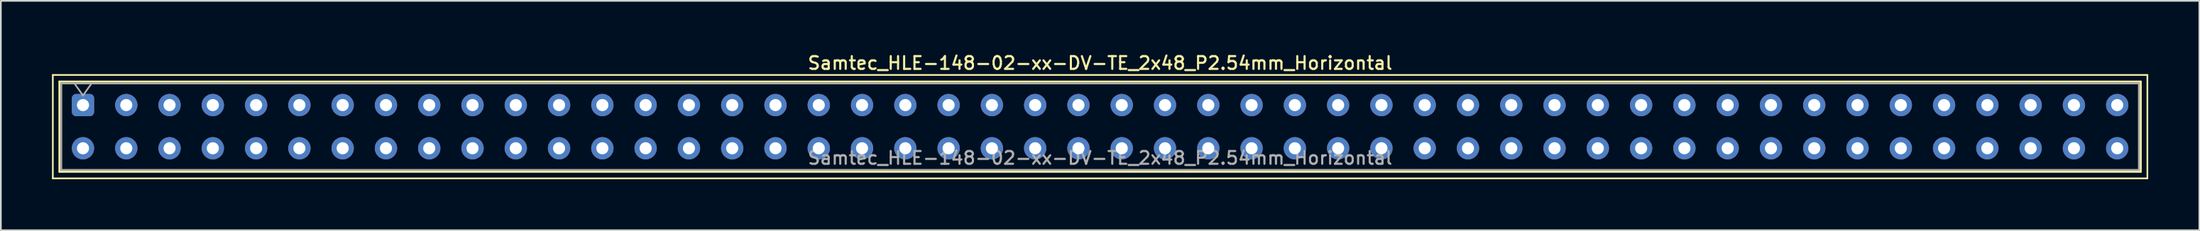
<source format=kicad_pcb>
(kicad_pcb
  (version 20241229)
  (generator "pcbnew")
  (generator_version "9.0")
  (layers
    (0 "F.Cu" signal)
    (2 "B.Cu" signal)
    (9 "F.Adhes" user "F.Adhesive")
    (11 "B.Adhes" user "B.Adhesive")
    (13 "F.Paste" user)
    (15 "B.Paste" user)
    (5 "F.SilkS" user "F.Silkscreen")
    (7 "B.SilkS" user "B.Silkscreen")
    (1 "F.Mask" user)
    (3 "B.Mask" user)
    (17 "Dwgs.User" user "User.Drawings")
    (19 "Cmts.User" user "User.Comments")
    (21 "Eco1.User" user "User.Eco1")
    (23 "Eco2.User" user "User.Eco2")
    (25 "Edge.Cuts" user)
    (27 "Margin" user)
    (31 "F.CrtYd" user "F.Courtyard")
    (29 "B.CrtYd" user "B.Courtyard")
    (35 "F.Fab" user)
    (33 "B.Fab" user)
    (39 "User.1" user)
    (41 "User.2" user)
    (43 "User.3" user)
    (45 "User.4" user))
  (footprint "Samtec_HLE-148-02-xx-DV-TE_2x48_P2.54mm_Horizontal"
    (layer "F.Cu")
    (at 1.82 3.128)
    (property "Reference" "Samtec_HLE-148-02-xx-DV-TE_2x48_P2.54mm_Horizontal" (at 59.69 -2.47 0) (layer "F.SilkS") (effects (font (size 0.75 0.75) (thickness 0.125))))
    (attr through_hole)
    (fp_line (start -1.77 -1.77) (end 121.15 -1.77) (stroke (width 0.1) (type solid)) (layer "F.SilkS"))
    (fp_line (start -1.77 4.31) (end -1.77 -1.77) (stroke (width 0.1) (type solid)) (layer "F.SilkS"))
    (fp_line (start -1.38 -1.38) (end 120.76 -1.38) (stroke (width 0.12) (type solid)) (layer "F.SilkS"))
    (fp_line (start -1.38 3.92) (end -1.38 -1.38) (stroke (width 0.12) (type solid)) (layer "F.SilkS"))
    (fp_line (start 120.76 -1.38) (end 120.76 3.92) (stroke (width 0.12) (type solid)) (layer "F.SilkS"))
    (fp_line (start 120.76 3.92) (end -1.38 3.92) (stroke (width 0.12) (type solid)) (layer "F.SilkS"))
    (fp_line (start 121.15 -1.77) (end 121.15 4.31) (stroke (width 0.1) (type solid)) (layer "F.SilkS"))
    (fp_line (start 121.15 4.31) (end -1.77 4.31) (stroke (width 0.1) (type solid)) (layer "F.SilkS"))
    (fp_line (start -1.27 -1.27) (end 120.65 -1.27) (stroke (width 0.1) (type solid)) (layer "F.Fab"))
    (fp_line (start -1.27 3.81) (end -1.27 -1.27) (stroke (width 0.1) (type solid)) (layer "F.Fab"))
    (fp_line (start -0.5 -1.27) (end 0 -0.563) (stroke (width 0.1) (type solid)) (layer "F.Fab"))
    (fp_line (start 0 -0.563) (end 0.5 -1.27) (stroke (width 0.1) (type solid)) (layer "F.Fab"))
    (fp_line (start 120.65 -1.27) (end 120.65 3.81) (stroke (width 0.1) (type solid)) (layer "F.Fab"))
    (fp_line (start 120.65 3.81) (end -1.27 3.81) (stroke (width 0.1) (type solid)) (layer "F.Fab"))
    (fp_text user "${REFERENCE}" (at 59.69 3.11 0) (layer "F.Fab") (effects (font (size 0.75 0.75) (thickness 0.125))))
    (pad "1" thru_hole roundrect (at 0 0) (size 1.31 1.31) (drill 0.71) (layers "*.Cu" "*.Mask") (roundrect_rratio 0.191))
    (pad "2" thru_hole circle (at 0 2.54) (size 1.31 1.31) (drill 0.71) (layers "*.Cu" "*.Mask"))
    (pad "3" thru_hole circle (at 2.54 0) (size 1.31 1.31) (drill 0.71) (layers "*.Cu" "*.Mask"))
    (pad "4" thru_hole circle (at 2.54 2.54) (size 1.31 1.31) (drill 0.71) (layers "*.Cu" "*.Mask"))
    (pad "5" thru_hole circle (at 5.08 0) (size 1.31 1.31) (drill 0.71) (layers "*.Cu" "*.Mask"))
    (pad "6" thru_hole circle (at 5.08 2.54) (size 1.31 1.31) (drill 0.71) (layers "*.Cu" "*.Mask"))
    (pad "7" thru_hole circle (at 7.62 0) (size 1.31 1.31) (drill 0.71) (layers "*.Cu" "*.Mask"))
    (pad "8" thru_hole circle (at 7.62 2.54) (size 1.31 1.31) (drill 0.71) (layers "*.Cu" "*.Mask"))
    (pad "9" thru_hole circle (at 10.16 0) (size 1.31 1.31) (drill 0.71) (layers "*.Cu" "*.Mask"))
    (pad "10" thru_hole circle (at 10.16 2.54) (size 1.31 1.31) (drill 0.71) (layers "*.Cu" "*.Mask"))
    (pad "11" thru_hole circle (at 12.7 0) (size 1.31 1.31) (drill 0.71) (layers "*.Cu" "*.Mask"))
    (pad "12" thru_hole circle (at 12.7 2.54) (size 1.31 1.31) (drill 0.71) (layers "*.Cu" "*.Mask"))
    (pad "13" thru_hole circle (at 15.24 0) (size 1.31 1.31) (drill 0.71) (layers "*.Cu" "*.Mask"))
    (pad "14" thru_hole circle (at 15.24 2.54) (size 1.31 1.31) (drill 0.71) (layers "*.Cu" "*.Mask"))
    (pad "15" thru_hole circle (at 17.78 0) (size 1.31 1.31) (drill 0.71) (layers "*.Cu" "*.Mask"))
    (pad "16" thru_hole circle (at 17.78 2.54) (size 1.31 1.31) (drill 0.71) (layers "*.Cu" "*.Mask"))
    (pad "17" thru_hole circle (at 20.32 0) (size 1.31 1.31) (drill 0.71) (layers "*.Cu" "*.Mask"))
    (pad "18" thru_hole circle (at 20.32 2.54) (size 1.31 1.31) (drill 0.71) (layers "*.Cu" "*.Mask"))
    (pad "19" thru_hole circle (at 22.86 0) (size 1.31 1.31) (drill 0.71) (layers "*.Cu" "*.Mask"))
    (pad "20" thru_hole circle (at 22.86 2.54) (size 1.31 1.31) (drill 0.71) (layers "*.Cu" "*.Mask"))
    (pad "21" thru_hole circle (at 25.4 0) (size 1.31 1.31) (drill 0.71) (layers "*.Cu" "*.Mask"))
    (pad "22" thru_hole circle (at 25.4 2.54) (size 1.31 1.31) (drill 0.71) (layers "*.Cu" "*.Mask"))
    (pad "23" thru_hole circle (at 27.94 0) (size 1.31 1.31) (drill 0.71) (layers "*.Cu" "*.Mask"))
    (pad "24" thru_hole circle (at 27.94 2.54) (size 1.31 1.31) (drill 0.71) (layers "*.Cu" "*.Mask"))
    (pad "25" thru_hole circle (at 30.48 0) (size 1.31 1.31) (drill 0.71) (layers "*.Cu" "*.Mask"))
    (pad "26" thru_hole circle (at 30.48 2.54) (size 1.31 1.31) (drill 0.71) (layers "*.Cu" "*.Mask"))
    (pad "27" thru_hole circle (at 33.02 0) (size 1.31 1.31) (drill 0.71) (layers "*.Cu" "*.Mask"))
    (pad "28" thru_hole circle (at 33.02 2.54) (size 1.31 1.31) (drill 0.71) (layers "*.Cu" "*.Mask"))
    (pad "29" thru_hole circle (at 35.56 0) (size 1.31 1.31) (drill 0.71) (layers "*.Cu" "*.Mask"))
    (pad "30" thru_hole circle (at 35.56 2.54) (size 1.31 1.31) (drill 0.71) (layers "*.Cu" "*.Mask"))
    (pad "31" thru_hole circle (at 38.1 0) (size 1.31 1.31) (drill 0.71) (layers "*.Cu" "*.Mask"))
    (pad "32" thru_hole circle (at 38.1 2.54) (size 1.31 1.31) (drill 0.71) (layers "*.Cu" "*.Mask"))
    (pad "33" thru_hole circle (at 40.64 0) (size 1.31 1.31) (drill 0.71) (layers "*.Cu" "*.Mask"))
    (pad "34" thru_hole circle (at 40.64 2.54) (size 1.31 1.31) (drill 0.71) (layers "*.Cu" "*.Mask"))
    (pad "35" thru_hole circle (at 43.18 0) (size 1.31 1.31) (drill 0.71) (layers "*.Cu" "*.Mask"))
    (pad "36" thru_hole circle (at 43.18 2.54) (size 1.31 1.31) (drill 0.71) (layers "*.Cu" "*.Mask"))
    (pad "37" thru_hole circle (at 45.72 0) (size 1.31 1.31) (drill 0.71) (layers "*.Cu" "*.Mask"))
    (pad "38" thru_hole circle (at 45.72 2.54) (size 1.31 1.31) (drill 0.71) (layers "*.Cu" "*.Mask"))
    (pad "39" thru_hole circle (at 48.26 0) (size 1.31 1.31) (drill 0.71) (layers "*.Cu" "*.Mask"))
    (pad "40" thru_hole circle (at 48.26 2.54) (size 1.31 1.31) (drill 0.71) (layers "*.Cu" "*.Mask"))
    (pad "41" thru_hole circle (at 50.8 0) (size 1.31 1.31) (drill 0.71) (layers "*.Cu" "*.Mask"))
    (pad "42" thru_hole circle (at 50.8 2.54) (size 1.31 1.31) (drill 0.71) (layers "*.Cu" "*.Mask"))
    (pad "43" thru_hole circle (at 53.34 0) (size 1.31 1.31) (drill 0.71) (layers "*.Cu" "*.Mask"))
    (pad "44" thru_hole circle (at 53.34 2.54) (size 1.31 1.31) (drill 0.71) (layers "*.Cu" "*.Mask"))
    (pad "45" thru_hole circle (at 55.88 0) (size 1.31 1.31) (drill 0.71) (layers "*.Cu" "*.Mask"))
    (pad "46" thru_hole circle (at 55.88 2.54) (size 1.31 1.31) (drill 0.71) (layers "*.Cu" "*.Mask"))
    (pad "47" thru_hole circle (at 58.42 0) (size 1.31 1.31) (drill 0.71) (layers "*.Cu" "*.Mask"))
    (pad "48" thru_hole circle (at 58.42 2.54) (size 1.31 1.31) (drill 0.71) (layers "*.Cu" "*.Mask"))
    (pad "49" thru_hole circle (at 60.96 0) (size 1.31 1.31) (drill 0.71) (layers "*.Cu" "*.Mask"))
    (pad "50" thru_hole circle (at 60.96 2.54) (size 1.31 1.31) (drill 0.71) (layers "*.Cu" "*.Mask"))
    (pad "51" thru_hole circle (at 63.5 0) (size 1.31 1.31) (drill 0.71) (layers "*.Cu" "*.Mask"))
    (pad "52" thru_hole circle (at 63.5 2.54) (size 1.31 1.31) (drill 0.71) (layers "*.Cu" "*.Mask"))
    (pad "53" thru_hole circle (at 66.04 0) (size 1.31 1.31) (drill 0.71) (layers "*.Cu" "*.Mask"))
    (pad "54" thru_hole circle (at 66.04 2.54) (size 1.31 1.31) (drill 0.71) (layers "*.Cu" "*.Mask"))
    (pad "55" thru_hole circle (at 68.58 0) (size 1.31 1.31) (drill 0.71) (layers "*.Cu" "*.Mask"))
    (pad "56" thru_hole circle (at 68.58 2.54) (size 1.31 1.31) (drill 0.71) (layers "*.Cu" "*.Mask"))
    (pad "57" thru_hole circle (at 71.12 0) (size 1.31 1.31) (drill 0.71) (layers "*.Cu" "*.Mask"))
    (pad "58" thru_hole circle (at 71.12 2.54) (size 1.31 1.31) (drill 0.71) (layers "*.Cu" "*.Mask"))
    (pad "59" thru_hole circle (at 73.66 0) (size 1.31 1.31) (drill 0.71) (layers "*.Cu" "*.Mask"))
    (pad "60" thru_hole circle (at 73.66 2.54) (size 1.31 1.31) (drill 0.71) (layers "*.Cu" "*.Mask"))
    (pad "61" thru_hole circle (at 76.2 0) (size 1.31 1.31) (drill 0.71) (layers "*.Cu" "*.Mask"))
    (pad "62" thru_hole circle (at 76.2 2.54) (size 1.31 1.31) (drill 0.71) (layers "*.Cu" "*.Mask"))
    (pad "63" thru_hole circle (at 78.74 0) (size 1.31 1.31) (drill 0.71) (layers "*.Cu" "*.Mask"))
    (pad "64" thru_hole circle (at 78.74 2.54) (size 1.31 1.31) (drill 0.71) (layers "*.Cu" "*.Mask"))
    (pad "65" thru_hole circle (at 81.28 0) (size 1.31 1.31) (drill 0.71) (layers "*.Cu" "*.Mask"))
    (pad "66" thru_hole circle (at 81.28 2.54) (size 1.31 1.31) (drill 0.71) (layers "*.Cu" "*.Mask"))
    (pad "67" thru_hole circle (at 83.82 0) (size 1.31 1.31) (drill 0.71) (layers "*.Cu" "*.Mask"))
    (pad "68" thru_hole circle (at 83.82 2.54) (size 1.31 1.31) (drill 0.71) (layers "*.Cu" "*.Mask"))
    (pad "69" thru_hole circle (at 86.36 0) (size 1.31 1.31) (drill 0.71) (layers "*.Cu" "*.Mask"))
    (pad "70" thru_hole circle (at 86.36 2.54) (size 1.31 1.31) (drill 0.71) (layers "*.Cu" "*.Mask"))
    (pad "71" thru_hole circle (at 88.9 0) (size 1.31 1.31) (drill 0.71) (layers "*.Cu" "*.Mask"))
    (pad "72" thru_hole circle (at 88.9 2.54) (size 1.31 1.31) (drill 0.71) (layers "*.Cu" "*.Mask"))
    (pad "73" thru_hole circle (at 91.44 0) (size 1.31 1.31) (drill 0.71) (layers "*.Cu" "*.Mask"))
    (pad "74" thru_hole circle (at 91.44 2.54) (size 1.31 1.31) (drill 0.71) (layers "*.Cu" "*.Mask"))
    (pad "75" thru_hole circle (at 93.98 0) (size 1.31 1.31) (drill 0.71) (layers "*.Cu" "*.Mask"))
    (pad "76" thru_hole circle (at 93.98 2.54) (size 1.31 1.31) (drill 0.71) (layers "*.Cu" "*.Mask"))
    (pad "77" thru_hole circle (at 96.52 0) (size 1.31 1.31) (drill 0.71) (layers "*.Cu" "*.Mask"))
    (pad "78" thru_hole circle (at 96.52 2.54) (size 1.31 1.31) (drill 0.71) (layers "*.Cu" "*.Mask"))
    (pad "79" thru_hole circle (at 99.06 0) (size 1.31 1.31) (drill 0.71) (layers "*.Cu" "*.Mask"))
    (pad "80" thru_hole circle (at 99.06 2.54) (size 1.31 1.31) (drill 0.71) (layers "*.Cu" "*.Mask"))
    (pad "81" thru_hole circle (at 101.6 0) (size 1.31 1.31) (drill 0.71) (layers "*.Cu" "*.Mask"))
    (pad "82" thru_hole circle (at 101.6 2.54) (size 1.31 1.31) (drill 0.71) (layers "*.Cu" "*.Mask"))
    (pad "83" thru_hole circle (at 104.14 0) (size 1.31 1.31) (drill 0.71) (layers "*.Cu" "*.Mask"))
    (pad "84" thru_hole circle (at 104.14 2.54) (size 1.31 1.31) (drill 0.71) (layers "*.Cu" "*.Mask"))
    (pad "85" thru_hole circle (at 106.68 0) (size 1.31 1.31) (drill 0.71) (layers "*.Cu" "*.Mask"))
    (pad "86" thru_hole circle (at 106.68 2.54) (size 1.31 1.31) (drill 0.71) (layers "*.Cu" "*.Mask"))
    (pad "87" thru_hole circle (at 109.22 0) (size 1.31 1.31) (drill 0.71) (layers "*.Cu" "*.Mask"))
    (pad "88" thru_hole circle (at 109.22 2.54) (size 1.31 1.31) (drill 0.71) (layers "*.Cu" "*.Mask"))
    (pad "89" thru_hole circle (at 111.76 0) (size 1.31 1.31) (drill 0.71) (layers "*.Cu" "*.Mask"))
    (pad "90" thru_hole circle (at 111.76 2.54) (size 1.31 1.31) (drill 0.71) (layers "*.Cu" "*.Mask"))
    (pad "91" thru_hole circle (at 114.3 0) (size 1.31 1.31) (drill 0.71) (layers "*.Cu" "*.Mask"))
    (pad "92" thru_hole circle (at 114.3 2.54) (size 1.31 1.31) (drill 0.71) (layers "*.Cu" "*.Mask"))
    (pad "93" thru_hole circle (at 116.84 0) (size 1.31 1.31) (drill 0.71) (layers "*.Cu" "*.Mask"))
    (pad "94" thru_hole circle (at 116.84 2.54) (size 1.31 1.31) (drill 0.71) (layers "*.Cu" "*.Mask"))
    (pad "95" thru_hole circle (at 119.38 0) (size 1.31 1.31) (drill 0.71) (layers "*.Cu" "*.Mask"))
    (pad "96" thru_hole circle (at 119.38 2.54) (size 1.31 1.31) (drill 0.71) (layers "*.Cu" "*.Mask")))
  (gr_rect
    (start -3 -3)
    (end 126.02 10.488)
    (stroke (width 0.1) (type default))
    (fill no)
    (layer "Edge.Cuts")))
</source>
